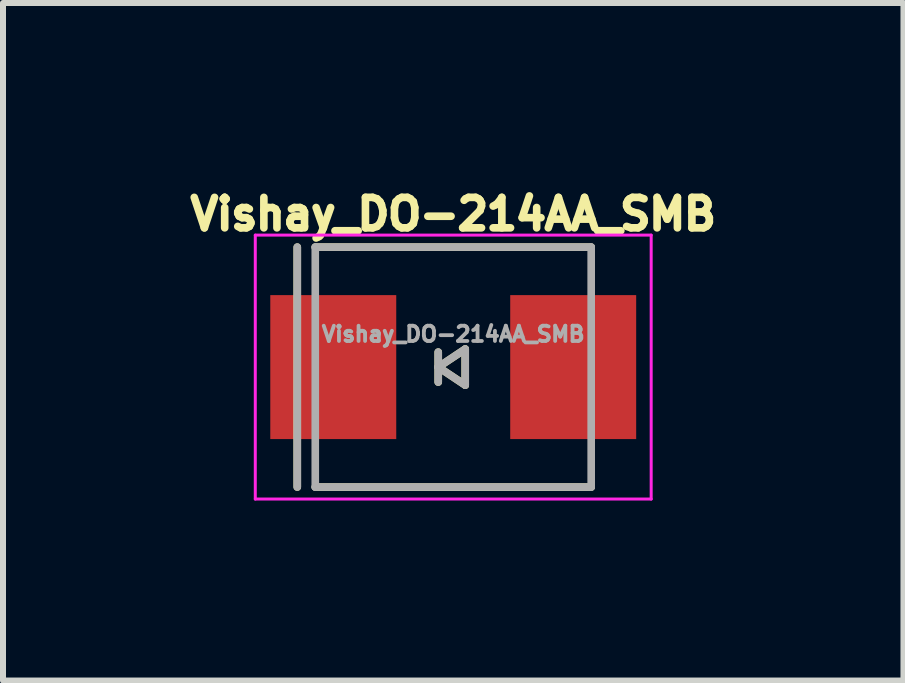
<source format=kicad_pcb>
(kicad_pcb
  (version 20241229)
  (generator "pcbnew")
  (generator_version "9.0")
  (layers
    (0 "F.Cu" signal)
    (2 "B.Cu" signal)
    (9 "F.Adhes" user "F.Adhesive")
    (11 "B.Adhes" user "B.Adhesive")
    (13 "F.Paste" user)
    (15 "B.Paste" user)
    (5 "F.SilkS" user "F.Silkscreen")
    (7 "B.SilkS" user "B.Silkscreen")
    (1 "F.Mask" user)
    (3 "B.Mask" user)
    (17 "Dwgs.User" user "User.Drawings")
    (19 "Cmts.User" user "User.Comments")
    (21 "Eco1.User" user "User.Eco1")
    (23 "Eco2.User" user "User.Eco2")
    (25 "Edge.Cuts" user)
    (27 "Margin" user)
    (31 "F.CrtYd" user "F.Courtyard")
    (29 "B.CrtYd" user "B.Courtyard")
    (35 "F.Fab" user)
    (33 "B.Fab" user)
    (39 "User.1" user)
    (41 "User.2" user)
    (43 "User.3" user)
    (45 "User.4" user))
  (footprint "Vishay_DO-214AA_SMB"
    (layer "F.Cu")
    (at 4.506 3.07)
    (property "Reference" "Vishay_DO-214AA_SMB" (at 0 -2.55 0) (layer "F.SilkS") (effects (font (size 0.508 0.508) (thickness 0.127))))
    (attr through_hole)
    (fp_line (start -2.6 -2) (end -2.6 2) (stroke (width 0.127) (type solid)) (layer "F.SilkS"))
    (fp_line (start -2.3 -2) (end 2.3 -2) (stroke (width 0.127) (type solid)) (layer "F.SilkS"))
    (fp_line (start -2.3 2) (end 2.3 2) (stroke (width 0.127) (type solid)) (layer "F.SilkS"))
    (fp_line (start -0.25 -0.25) (end -0.25 0.25) (stroke (width 0.127) (type solid)) (layer "F.SilkS"))
    (fp_line (start -0.25 0) (end 0.2 -0.3) (stroke (width 0.127) (type solid)) (layer "F.SilkS"))
    (fp_line (start 0.2 -0.3) (end 0.2 0.3) (stroke (width 0.127) (type solid)) (layer "F.SilkS"))
    (fp_line (start 0.2 0.3) (end -0.25 0) (stroke (width 0.127) (type solid)) (layer "F.SilkS"))
    (fp_line (start -3.3 -2.2) (end 3.3 -2.2) (stroke (width 0.05) (type solid)) (layer "F.CrtYd"))
    (fp_line (start -3.3 2.2) (end -3.3 -2.2) (stroke (width 0.05) (type solid)) (layer "F.CrtYd"))
    (fp_line (start -3.3 2.2) (end 3.3 2.2) (stroke (width 0.05) (type solid)) (layer "F.CrtYd"))
    (fp_line (start 3.3 -2.2) (end 3.3 2.2) (stroke (width 0.05) (type solid)) (layer "F.CrtYd"))
    (fp_line (start -2.6 -2) (end -2.6 2) (stroke (width 0.127) (type solid)) (layer "F.Fab"))
    (fp_line (start -2.3 -2) (end -2.3 2) (stroke (width 0.127) (type solid)) (layer "F.Fab"))
    (fp_line (start -2.3 -2) (end 2.3 -2) (stroke (width 0.127) (type solid)) (layer "F.Fab"))
    (fp_line (start -2.3 2) (end 2.3 2) (stroke (width 0.127) (type solid)) (layer "F.Fab"))
    (fp_line (start -0.25 -0.25) (end -0.25 0.25) (stroke (width 0.127) (type solid)) (layer "F.Fab"))
    (fp_line (start -0.25 0) (end 0.2 -0.3) (stroke (width 0.127) (type solid)) (layer "F.Fab"))
    (fp_line (start 0.2 -0.3) (end 0.2 0.3) (stroke (width 0.127) (type solid)) (layer "F.Fab"))
    (fp_line (start 0.2 0.3) (end -0.25 0) (stroke (width 0.127) (type solid)) (layer "F.Fab"))
    (fp_line (start 2.3 -2) (end 2.3 2) (stroke (width 0.127) (type solid)) (layer "F.Fab"))
    (fp_text user "${REFERENCE}" (at 0 -0.55 0) (layer "F.Fab") (effects (font (size 0.254 0.254) (thickness 0.064))))
    (pad "1" smd rect (at -2 0) (size 2.1 2.4) (layers "F.Cu" "F.Mask" "F.Paste"))
    (pad "2" smd rect (at 2 0) (size 2.1 2.4) (layers "F.Cu" "F.Mask" "F.Paste")))
  (gr_rect
    (start -3 -3)
    (end 12.012 8.295)
    (stroke (width 0.1) (type default))
    (fill no)
    (layer "Edge.Cuts")))
</source>
